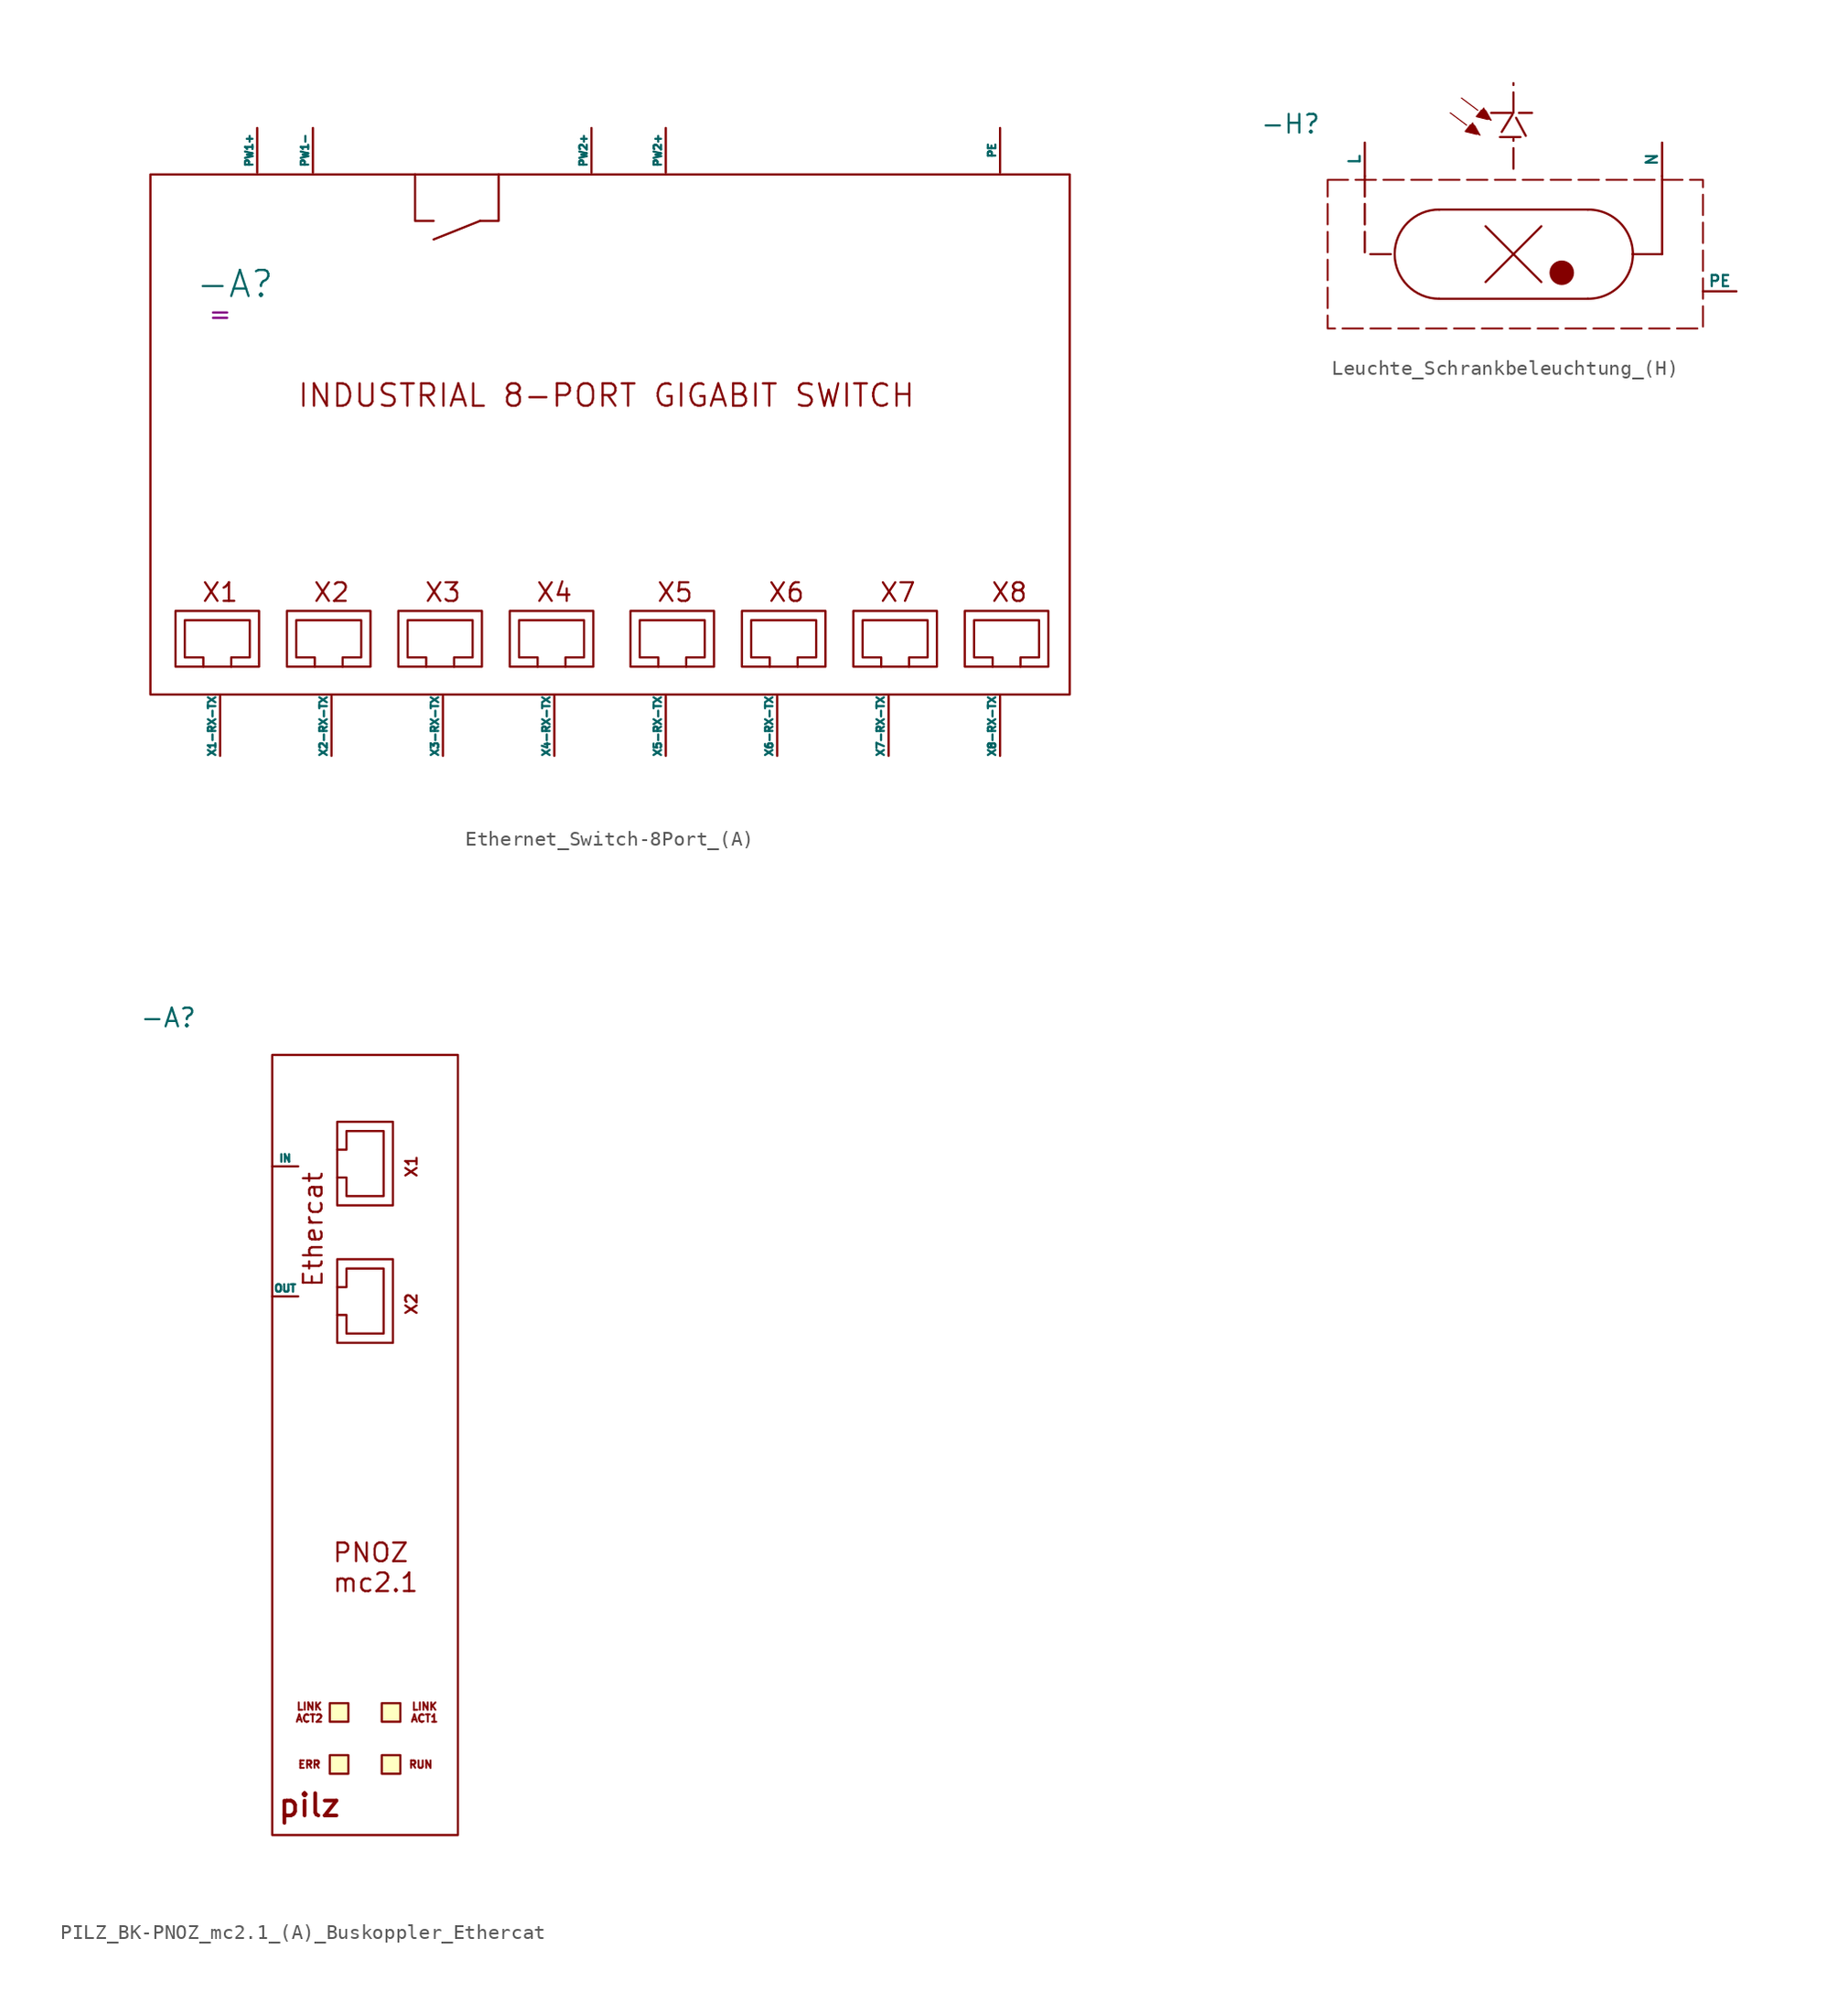
<source format=kicad_sym>
(kicad_symbol_lib
  (version 20241209)
  (generator "kicad_symbol_editor")
  (generator_version "9.0")
  (symbol "Ethernet_Switch-8Port_(A)"
    (pin_numbers
      (hide yes))
    (pin_names
      (offset 0))
    (property "Reference" "-A"
      (at -25.654 9.652 0)
      (effects (font (size 1.778 1.778))))
    (property "Value" ""
      (at 0 0 0)
      (effects (font (size 1.27 1.27))))
    (property "Ort" "="
      (at -26.67 7.62 0)
      (effects (font (size 1.27 1.27))))
    (symbol "Ethernet_Switch-8Port_(A)_0_1"
      (rectangle (start -31.433 17.145) (end 31.433 -18.415) (stroke (width 0) (type default)) (fill (type none)))
      (rectangle (start -29.718 -12.7) (end -24.003 -16.51) (stroke (width 0) (type default)) (fill (type none)))
      (polyline (pts (xy -27.813 -16.51) (xy -27.813 -15.875) (xy -29.083 -15.875) (xy -29.083 -13.335) (xy -24.638 -13.335) (xy -24.638 -15.875) (xy -25.273 -15.875) (xy -25.908 -15.875) (xy -25.908 -16.51)) (stroke (width 0) (type default)) (fill (type none)))
      (rectangle (start -22.098 -12.7) (end -16.383 -16.51) (stroke (width 0) (type default)) (fill (type none)))
      (polyline (pts (xy -20.193 -16.51) (xy -20.193 -15.875) (xy -21.463 -15.875) (xy -21.463 -13.335) (xy -17.018 -13.335) (xy -17.018 -15.875) (xy -17.653 -15.875) (xy -18.288 -15.875) (xy -18.288 -16.51)) (stroke (width 0) (type default)) (fill (type none)))
      (rectangle (start -14.478 -12.7) (end -8.763 -16.51) (stroke (width 0) (type default)) (fill (type none)))
      (polyline (pts (xy -13.335 17.145) (xy -13.335 13.97) (xy -12.065 13.97)) (stroke (width 0) (type default)) (fill (type none)))
      (polyline (pts (xy -12.573 -16.51) (xy -12.573 -15.875) (xy -13.843 -15.875) (xy -13.843 -13.335) (xy -9.398 -13.335) (xy -9.398 -15.875) (xy -10.033 -15.875) (xy -10.668 -15.875) (xy -10.668 -16.51)) (stroke (width 0) (type default)) (fill (type none)))
      (polyline (pts (xy -8.89 13.97) (xy -12.065 12.7)) (stroke (width 0) (type default)) (fill (type none)))
      (polyline (pts (xy -8.89 13.97) (xy -7.62 13.97) (xy -7.62 17.145)) (stroke (width 0) (type default)) (fill (type none)))
      (rectangle (start -6.858 -12.7) (end -1.143 -16.51) (stroke (width 0) (type default)) (fill (type none)))
      (polyline (pts (xy -4.953 -16.51) (xy -4.953 -15.875) (xy -6.223 -15.875) (xy -6.223 -13.335) (xy -1.778 -13.335) (xy -1.778 -15.875) (xy -2.413 -15.875) (xy -3.048 -15.875) (xy -3.048 -16.51)) (stroke (width 0) (type default)) (fill (type none)))
      (rectangle (start 1.397 -12.7) (end 7.112 -16.51) (stroke (width 0) (type default)) (fill (type none)))
      (polyline (pts (xy 3.302 -16.51) (xy 3.302 -15.875) (xy 2.032 -15.875) (xy 2.032 -13.335) (xy 6.477 -13.335) (xy 6.477 -15.875) (xy 5.842 -15.875) (xy 5.207 -15.875) (xy 5.207 -16.51)) (stroke (width 0) (type default)) (fill (type none)))
      (rectangle (start 9.017 -12.7) (end 14.732 -16.51) (stroke (width 0) (type default)) (fill (type none)))
      (polyline (pts (xy 10.922 -16.51) (xy 10.922 -15.875) (xy 9.652 -15.875) (xy 9.652 -13.335) (xy 14.097 -13.335) (xy 14.097 -15.875) (xy 13.462 -15.875) (xy 12.827 -15.875) (xy 12.827 -16.51)) (stroke (width 0) (type default)) (fill (type none)))
      (rectangle (start 16.637 -12.7) (end 22.352 -16.51) (stroke (width 0) (type default)) (fill (type none)))
      (polyline (pts (xy 18.542 -16.51) (xy 18.542 -15.875) (xy 17.272 -15.875) (xy 17.272 -13.335) (xy 21.717 -13.335) (xy 21.717 -15.875) (xy 21.082 -15.875) (xy 20.447 -15.875) (xy 20.447 -16.51)) (stroke (width 0) (type default)) (fill (type none)))
      (rectangle (start 24.257 -12.7) (end 29.972 -16.51) (stroke (width 0) (type default)) (fill (type none)))
      (polyline (pts (xy 26.162 -16.51) (xy 26.162 -15.875) (xy 24.892 -15.875) (xy 24.892 -13.335) (xy 29.337 -13.335) (xy 29.337 -15.875) (xy 28.702 -15.875) (xy 28.067 -15.875) (xy 28.067 -16.51)) (stroke (width 0) (type default)) (fill (type none))))
    (symbol "Ethernet_Switch-8Port_(A)_1_1"
      (text "X1" (at -26.67 -11.43 0) (effects (font (size 1.27 1.27))))
      (text "X2" (at -19.05 -11.43 0) (effects (font (size 1.27 1.27))))
      (text "X3\n" (at -11.43 -11.43 0) (effects (font (size 1.27 1.27))))
      (text "X4" (at -3.81 -11.43 0) (effects (font (size 1.27 1.27))))
      (text "INDUSTRIAL 8-PORT GIGABIT SWITCH" (at -0.254 2.032 0) (effects (font (size 1.524 1.524))))
      (text "X5" (at 4.445 -11.43 0) (effects (font (size 1.27 1.27))))
      (text "X6" (at 12.065 -11.43 0) (effects (font (size 1.27 1.27))))
      (text "X7" (at 19.685 -11.43 0) (effects (font (size 1.27 1.27))))
      (text "X8" (at 27.305 -11.43 0) (effects (font (size 1.27 1.27))))
      (pin bidirectional line (at -26.67 -22.606 90) (length 4.064) (name "X1-RX-TX" (effects (font (size 0.508 0.508)))) (number "X1-RX-TX" (effects (font (size 0.508 0.508)))))
      (pin passive line (at -24.13 20.32 270) (length 3.048) (name "PW1+" (effects (font (size 0.508 0.508)))) (number "PW1+" (effects (font (size 0.508 0.508)))))
      (pin passive line (at -20.32 20.32 270) (length 3.048) (name "PW1-" (effects (font (size 0.508 0.508)))) (number "PW1-" (effects (font (size 0.508 0.508)))))
      (pin bidirectional line (at -19.05 -22.606 90) (length 4.064) (name "X2-RX-TX" (effects (font (size 0.508 0.508)))) (number "X2-RX-TX" (effects (font (size 0.508 0.508)))))
      (pin bidirectional line (at -11.43 -22.606 90) (length 4.064) (name "X3-RX-TX" (effects (font (size 0.508 0.508)))) (number "X3-RX-TX" (effects (font (size 0.508 0.508)))))
      (pin bidirectional line (at -3.81 -22.606 90) (length 4.064) (name "X4-RX-TX" (effects (font (size 0.508 0.508)))) (number "X4-RX-TX" (effects (font (size 0.508 0.508)))))
      (pin passive line (at -1.27 20.32 270) (length 3.048) (name "PW2+" (effects (font (size 0.508 0.508)))) (number "PW2+" (effects (font (size 0.508 0.508)))))
      (pin passive line (at 3.81 20.32 270) (length 3.048) (name "PW2+" (effects (font (size 0.508 0.508)))) (number "PW2+" (effects (font (size 0.508 0.508)))))
      (pin bidirectional line (at 3.81 -22.606 90) (length 4.064) (name "X5-RX-TX" (effects (font (size 0.508 0.508)))) (number "X5-RX-TX" (effects (font (size 0.508 0.508)))))
      (pin bidirectional line (at 11.43 -22.606 90) (length 4.064) (name "X6-RX-TX" (effects (font (size 0.508 0.508)))) (number "X6-RX-TX" (effects (font (size 0.508 0.508)))))
      (pin bidirectional line (at 19.05 -22.606 90) (length 4.064) (name "X7-RX-TX" (effects (font (size 0.508 0.508)))) (number "X7-RX-TX" (effects (font (size 0.508 0.508)))))
      (pin passive line (at 26.67 20.32 270) (length 3.048) (name "PE" (effects (font (size 0.508 0.508)))) (number "PE" (effects (font (size 0.508 0.508)))))
      (pin bidirectional line (at 26.67 -22.606 90) (length 4.064) (name "X8-RX-TX" (effects (font (size 0.508 0.508)))) (number "X8-RX-TX" (effects (font (size 0.508 0.508)))))))
  (symbol "Leuchte_Schrankbeleuchtung_(H)"
    (pin_numbers
      (hide yes))
    (pin_names
      (offset 0))
    (property "Reference" "-H"
      (at -15.24 8.89 0)
      (effects (font (size 1.27 1.27))))
    (property "Value" ""
      (at 0 0 0)
      (effects (font (size 1.27 1.27))))
    (symbol "Leuchte_Schrankbeleuchtung_(H)_0_1"
      (arc (start -5.08 -3.048) (mid -8.1184 0.0114) (end -5.0589 3.0498) (stroke (width 0) (type default)) (fill (type none)))
      (polyline (pts (xy -1.905 1.905) (xy 1.905 -1.905)) (stroke (width 0) (type default)) (fill (type none)))
      (polyline (pts (xy -1.905 -1.905) (xy 1.905 1.905)) (stroke (width 0) (type default)) (fill (type none)))
      (polyline (pts (xy 5.08 3.048) (xy -5.08 3.048)) (stroke (width 0) (type default)) (fill (type none)))
      (polyline (pts (xy 5.08 -3.048) (xy -5.08 -3.048)) (stroke (width 0) (type default)) (fill (type none)))
      (arc (start 5.08 3.048) (mid 8.1631 0) (end 5.08 -3.048) (stroke (width 0) (type default)) (fill (type none))))
    (symbol "Leuchte_Schrankbeleuchtung_(H)_1_1"
      (rectangle (start -12.7 5.08) (end 12.954 -5.08) (stroke (width 0.127) (type dash)) (fill (type none)))
      (polyline (pts (xy -10.16 5.334) (xy -10.16 0) (xy -8.128 0)) (stroke (width 0) (type default)) (fill (type none)))
      (polyline (pts (xy -4.318 9.652) (xy -2.286 8.128) (xy -2.789 9.024) (xy -3.302 8.382) (xy -2.286 8.128)) (stroke (width 0.076) (type solid)) (fill (type outline)))
      (polyline (pts (xy -3.556 10.668) (xy -1.524 9.144) (xy -2.027 10.04) (xy -2.54 9.398) (xy -1.524 9.144)) (stroke (width 0.076) (type solid)) (fill (type outline)))
      (polyline (pts (xy -1.524 9.652) (xy 0 9.652) (xy 0.889 8.001) (xy -1.016 8.001) (xy 0 9.652) (xy 1.27 9.652)) (stroke (width 0) (type solid)) (fill (type none)))
      (polyline (pts (xy 0 9.652) (xy 0 11.684)) (stroke (width 0) (type default)) (fill (type none)))
      (polyline (pts (xy 0 5.842) (xy 0 7.874)) (stroke (width 0) (type default)) (fill (type none)))
      (circle (center 3.302 -1.27) (radius 0.762) (stroke (width 0) (type solid)) (fill (type outline)))
      (polyline (pts (xy 10.16 5.334) (xy 10.16 0)) (stroke (width 0) (type default)) (fill (type none)))
      (polyline (pts (xy 10.16 0) (xy 8.128 0) (xy 8.382 0) (xy 8.128 0)) (stroke (width 0) (type default)) (fill (type none)))
      (pin passive line (at -10.16 7.62 270) (length 2.286) (name "L" (effects (font (size 0.762 0.762)))) (number "L" (effects (font (size 0.762 0.762)))))
      (pin passive line (at 10.16 7.62 270) (length 2.286) (name "N" (effects (font (size 0.762 0.762)))) (number "N" (effects (font (size 0.762 0.762)))))
      (pin passive line (at 15.24 -2.54 180) (length 2.286) (name "PE" (effects (font (size 0.762 0.762)))) (number "PE" (effects (font (size 0.762 0.762)))))))
  (symbol "PILZ_BK-PNOZ_mc2.1_(A)_Buskoppler_Ethercat"
    (pin_numbers
      (hide yes))
    (pin_names
      (offset 0))
    (property "Reference" "-A"
      (at -13.462 29.21 0)
      (effects (font (size 1.27 1.27))))
    (property "Value" ""
      (at 0 0 0)
      (effects (font (size 1.27 1.27))))
    (symbol "PILZ_BK-PNOZ_mc2.1_(A)_Buskoppler_Ethercat_0_1"
      (rectangle (start -6.35 26.67) (end 6.35 -26.67) (stroke (width 0) (type default)) (fill (type none)))
      (polyline (pts (xy -1.905 20.193) (xy -1.27 20.193) (xy -1.27 21.463) (xy 1.27 21.463) (xy 1.27 17.018) (xy -1.27 17.018) (xy -1.27 17.653) (xy -1.27 18.288) (xy -1.905 18.288)) (stroke (width 0) (type default)) (fill (type none)))
      (polyline (pts (xy -1.905 10.795) (xy -1.27 10.795) (xy -1.27 12.065) (xy 1.27 12.065) (xy 1.27 7.62) (xy -1.27 7.62) (xy -1.27 8.255) (xy -1.27 8.89) (xy -1.905 8.89)) (stroke (width 0) (type default)) (fill (type none)))
      (rectangle (start 1.905 22.098) (end -1.905 16.383) (stroke (width 0) (type default)) (fill (type none)))
      (rectangle (start 1.905 12.7) (end -1.905 6.985) (stroke (width 0) (type default)) (fill (type none))))
    (symbol "PILZ_BK-PNOZ_mc2.1_(A)_Buskoppler_Ethercat_1_1"
      (rectangle (start -2.413 -17.653) (end -1.143 -18.923) (stroke (width 0) (type solid)) (fill (type background)))
      (rectangle (start -2.413 -21.209) (end -1.143 -22.479) (stroke (width 0) (type solid)) (fill (type background)))
      (rectangle (start 1.143 -17.653) (end 2.413 -18.923) (stroke (width 0) (type solid)) (fill (type background)))
      (rectangle (start 1.143 -21.209) (end 2.413 -22.479) (stroke (width 0) (type solid)) (fill (type background)))
      (text "LINK\nACT2" (at -3.81 -18.288 0) (effects (font (size 0.508 0.508))))
      (text "ERR" (at -3.81 -21.844 0) (effects (font (size 0.508 0.508))))
      (text "pilz" (at -3.81 -24.638 0) (effects (font (size 1.524 1.524) (thickness 0.254) (bold yes))))
      (text "Ethercat" (at -3.556 14.732 900) (effects (font (size 1.27 1.27))))
      (text "PNOZ\nmc2.1" (at -2.286 -8.382 0) (effects (font (size 1.27 1.27)) (justify left)))
      (text "X1" (at 3.175 19.05 900) (effects (font (size 0.762 0.762))))
      (text "X2" (at 3.175 9.652 900) (effects (font (size 0.762 0.762))))
      (text "RUN" (at 3.81 -21.844 0) (effects (font (size 0.508 0.508))))
      (text "LINK\nACT1" (at 4.064 -18.288 0) (effects (font (size 0.508 0.508))))
      (pin input line (at -6.35 19.05 0) (length 1.778) (name "IN" (effects (font (size 0.508 0.508)))) (number "IN" (effects (font (size 0.508 0.508)))))
      (pin output line (at -6.35 10.16 0) (length 1.778) (name "OUT" (effects (font (size 0.508 0.508)))) (number "OUT" (effects (font (size 0.508 0.508))))))))
</source>
